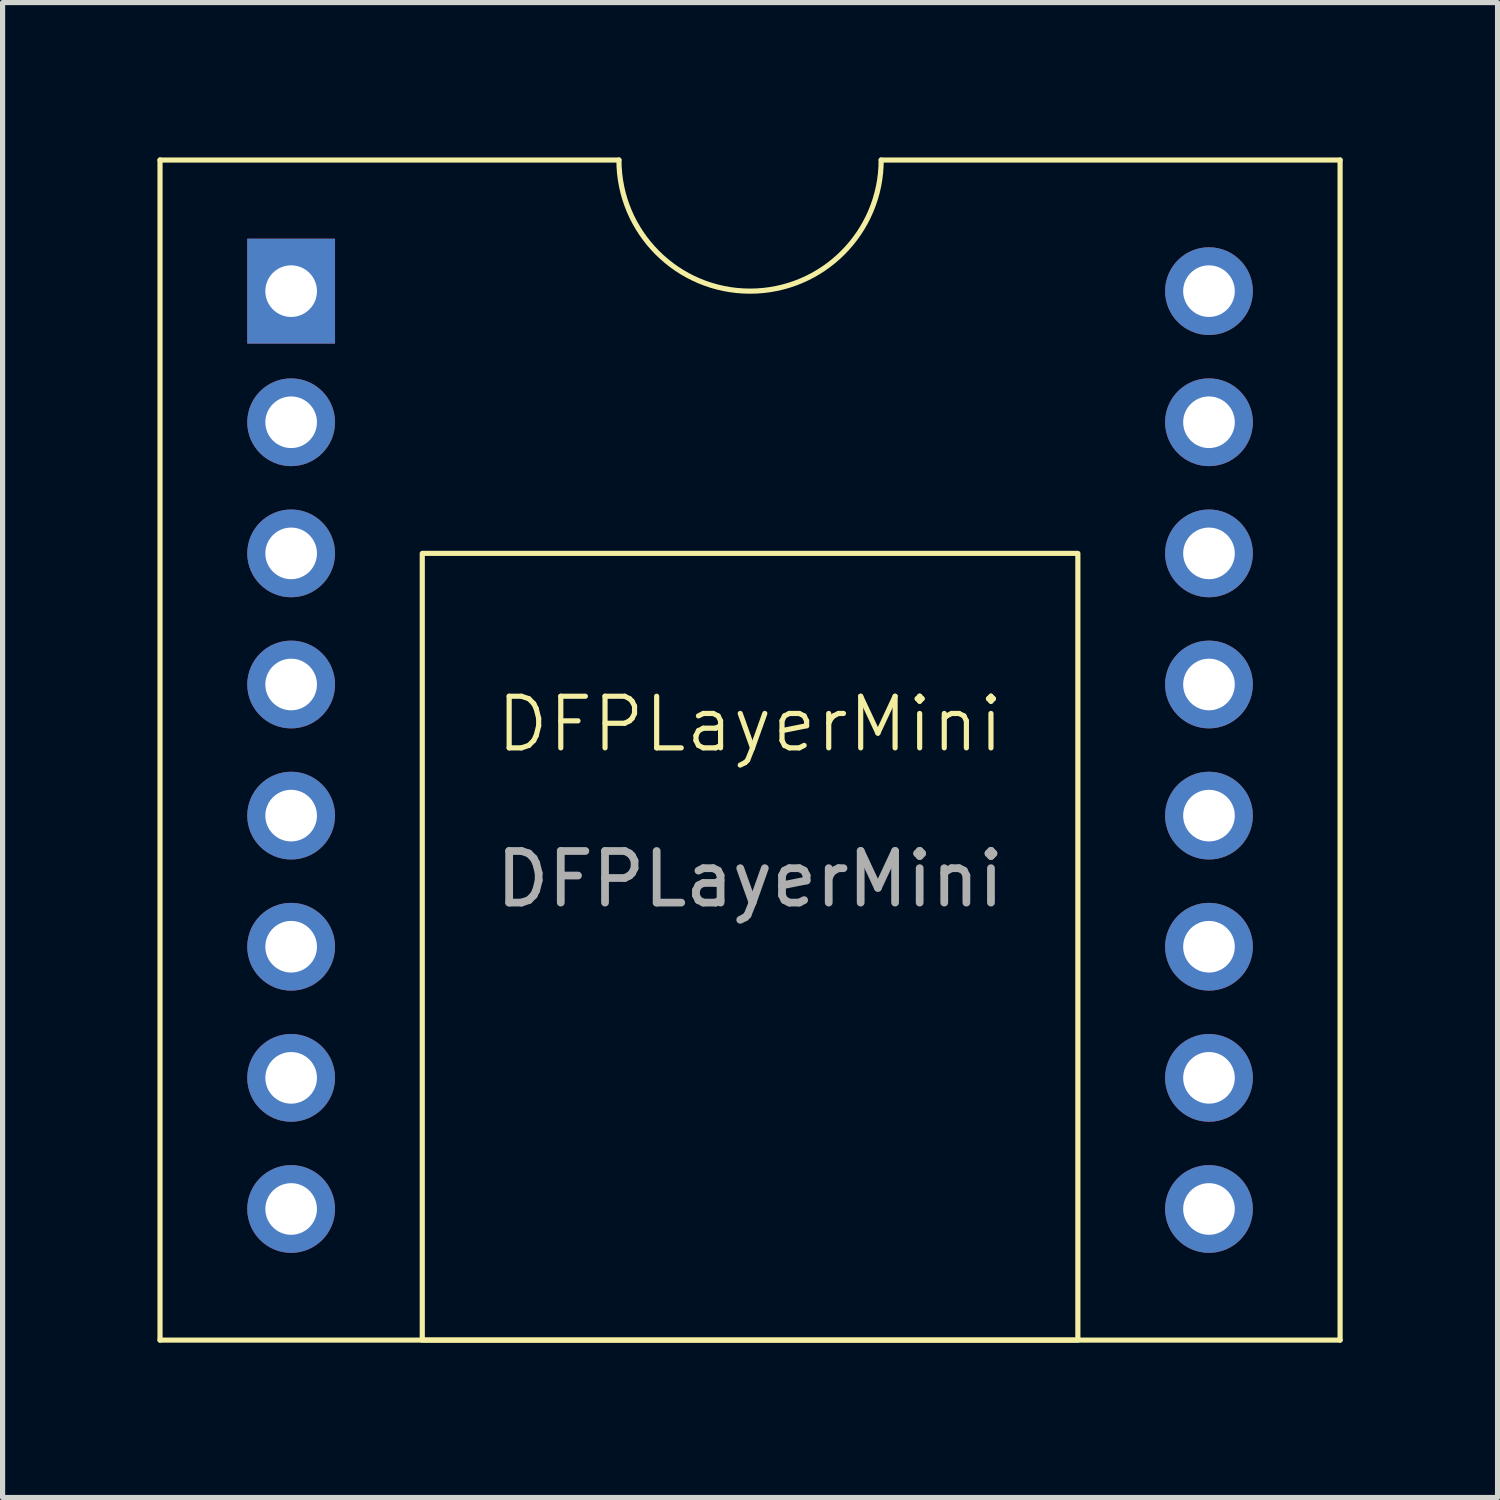
<source format=kicad_pcb>
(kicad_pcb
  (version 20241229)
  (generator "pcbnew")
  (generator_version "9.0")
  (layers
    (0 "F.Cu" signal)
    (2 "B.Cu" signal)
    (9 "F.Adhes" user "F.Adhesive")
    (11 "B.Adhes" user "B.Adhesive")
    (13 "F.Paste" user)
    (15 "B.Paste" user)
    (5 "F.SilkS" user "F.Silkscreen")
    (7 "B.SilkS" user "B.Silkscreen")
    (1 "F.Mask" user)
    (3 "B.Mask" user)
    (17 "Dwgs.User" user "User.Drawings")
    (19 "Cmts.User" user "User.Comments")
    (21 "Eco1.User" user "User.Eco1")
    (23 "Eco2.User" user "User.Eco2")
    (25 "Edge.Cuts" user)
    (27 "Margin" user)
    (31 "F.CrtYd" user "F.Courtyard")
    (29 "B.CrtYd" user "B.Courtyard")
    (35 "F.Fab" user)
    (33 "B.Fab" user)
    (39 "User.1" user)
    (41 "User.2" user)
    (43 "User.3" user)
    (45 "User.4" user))
  (footprint "DFPLayerMini"
    (layer "F.Cu")
    (at 11.48 11.48)
    (property "Reference" "DFPLayerMini" (at 0 -0.5 0) (unlocked yes) (layer "F.SilkS") (effects (font (size 1 1) (thickness 0.1))))
    (attr through_hole)
    (fp_line (start -11.43 -11.43) (end -11.43 11.43) (stroke (width 0.1) (type default)) (layer "F.SilkS"))
    (fp_line (start -11.43 11.43) (end 11.43 11.43) (stroke (width 0.1) (type default)) (layer "F.SilkS"))
    (fp_line (start -2.54 -11.43) (end -11.43 -11.43) (stroke (width 0.1) (type default)) (layer "F.SilkS"))
    (fp_line (start 2.54 -11.43) (end 11.43 -11.43) (stroke (width 0.1) (type default)) (layer "F.SilkS"))
    (fp_line (start 11.43 11.43) (end 11.43 -11.43) (stroke (width 0.1) (type default)) (layer "F.SilkS"))
    (fp_rect (start -6.35 -3.81) (end 6.35 11.43) (stroke (width 0.1) (type default)) (fill no) (layer "F.SilkS"))
    (fp_arc (start 2.54 -11.43) (mid 0 -8.89) (end -2.54 -11.43) (stroke (width 0.1) (type default)) (layer "F.SilkS"))
    (fp_text user "${REFERENCE}" (at 0 2.5 0) (unlocked yes) (layer "F.Fab") (effects (font (size 1 1) (thickness 0.15))))
    (pad "1" thru_hole rect (at -8.89 -8.89) (size 1.7 2.032) (drill 1) (layers "*.Cu" "*.Mask"))
    (pad "2" thru_hole circle (at -8.89 -6.35) (size 1.7 1.7) (drill 1) (layers "*.Cu" "*.Mask"))
    (pad "3" thru_hole circle (at -8.89 -3.81) (size 1.7 1.7) (drill 1) (layers "*.Cu" "*.Mask"))
    (pad "4" thru_hole circle (at -8.89 -1.27) (size 1.7 1.7) (drill 1) (layers "*.Cu" "*.Mask"))
    (pad "5" thru_hole circle (at -8.89 1.27) (size 1.7 1.7) (drill 1) (layers "*.Cu" "*.Mask"))
    (pad "6" thru_hole circle (at -8.89 3.81) (size 1.7 1.7) (drill 1) (layers "*.Cu" "*.Mask"))
    (pad "7" thru_hole circle (at -8.89 6.35) (size 1.7 1.7) (drill 1) (layers "*.Cu" "*.Mask"))
    (pad "8" thru_hole circle (at -8.89 8.89) (size 1.7 1.7) (drill 1) (layers "*.Cu" "*.Mask"))
    (pad "9" thru_hole circle (at 8.89 8.89) (size 1.7 1.7) (drill 1) (layers "*.Cu" "*.Mask"))
    (pad "10" thru_hole circle (at 8.89 6.35) (size 1.7 1.7) (drill 1) (layers "*.Cu" "*.Mask"))
    (pad "11" thru_hole circle (at 8.89 3.81) (size 1.7 1.7) (drill 1) (layers "*.Cu" "*.Mask"))
    (pad "12" thru_hole circle (at 8.89 1.27) (size 1.7 1.7) (drill 1) (layers "*.Cu" "*.Mask"))
    (pad "13" thru_hole circle (at 8.89 -1.27) (size 1.7 1.7) (drill 1) (layers "*.Cu" "*.Mask"))
    (pad "14" thru_hole circle (at 8.89 -3.81) (size 1.7 1.7) (drill 1) (layers "*.Cu" "*.Mask"))
    (pad "15" thru_hole circle (at 8.89 -6.35) (size 1.7 1.7) (drill 1) (layers "*.Cu" "*.Mask"))
    (pad "16" thru_hole circle (at 8.89 -8.89) (size 1.7 1.7) (drill 1) (layers "*.Cu" "*.Mask")))
  (gr_rect
    (start -3 -3)
    (end 25.96 25.96)
    (stroke (width 0.1) (type default))
    (fill no)
    (layer "Edge.Cuts")))
</source>
